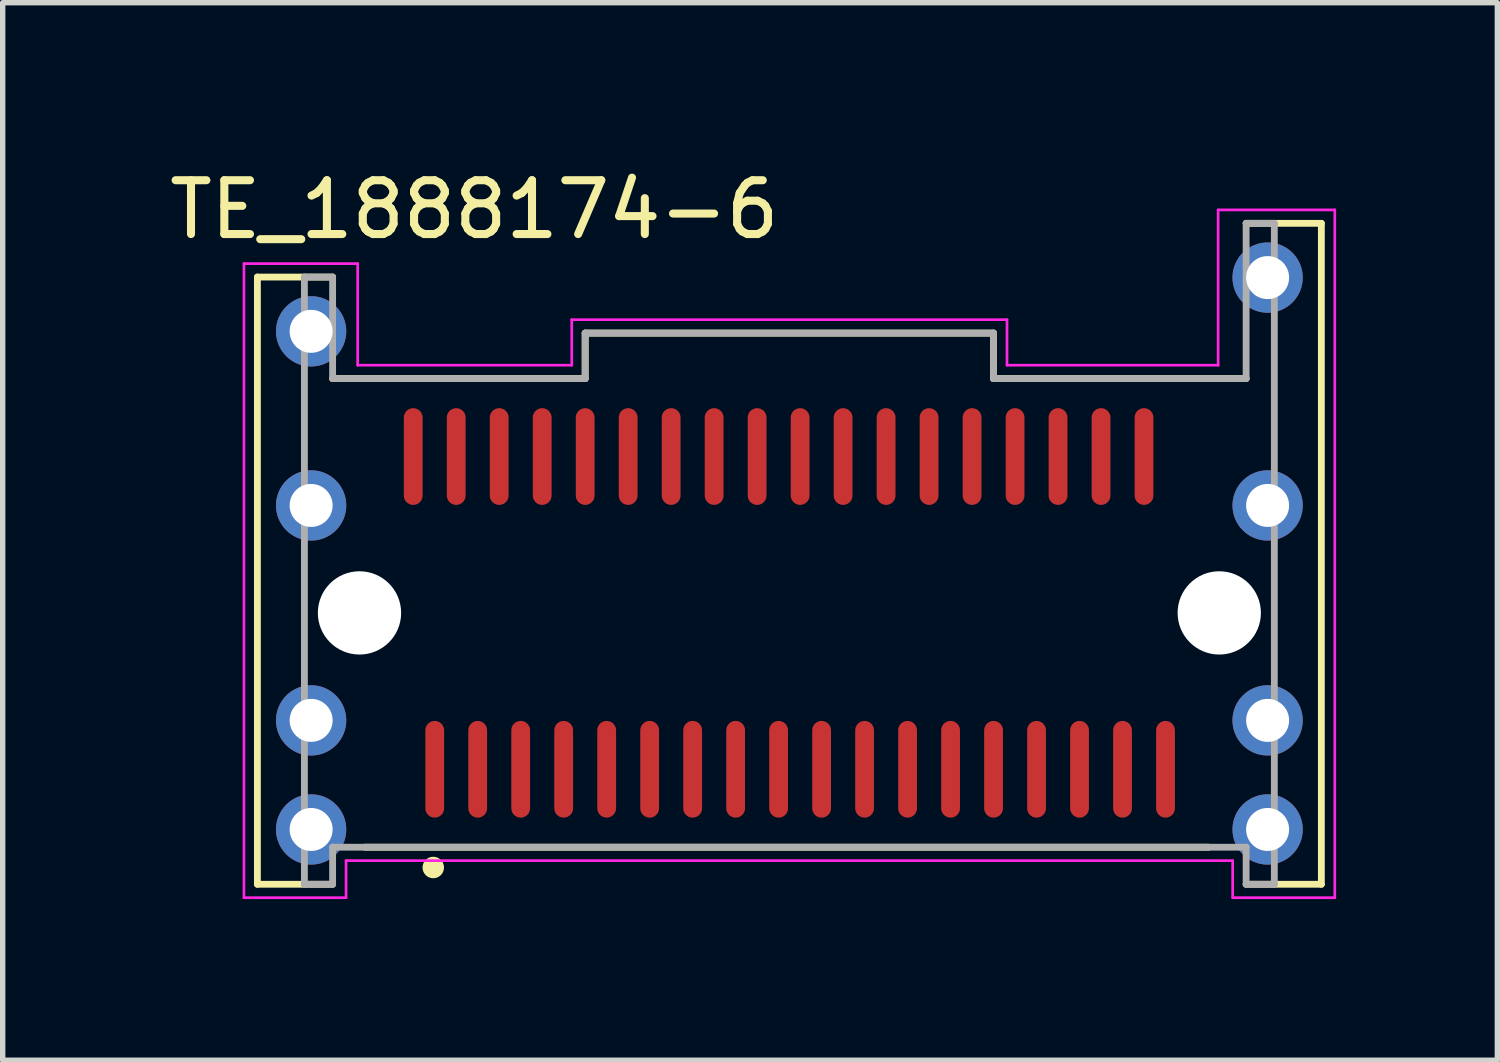
<source format=kicad_pcb>
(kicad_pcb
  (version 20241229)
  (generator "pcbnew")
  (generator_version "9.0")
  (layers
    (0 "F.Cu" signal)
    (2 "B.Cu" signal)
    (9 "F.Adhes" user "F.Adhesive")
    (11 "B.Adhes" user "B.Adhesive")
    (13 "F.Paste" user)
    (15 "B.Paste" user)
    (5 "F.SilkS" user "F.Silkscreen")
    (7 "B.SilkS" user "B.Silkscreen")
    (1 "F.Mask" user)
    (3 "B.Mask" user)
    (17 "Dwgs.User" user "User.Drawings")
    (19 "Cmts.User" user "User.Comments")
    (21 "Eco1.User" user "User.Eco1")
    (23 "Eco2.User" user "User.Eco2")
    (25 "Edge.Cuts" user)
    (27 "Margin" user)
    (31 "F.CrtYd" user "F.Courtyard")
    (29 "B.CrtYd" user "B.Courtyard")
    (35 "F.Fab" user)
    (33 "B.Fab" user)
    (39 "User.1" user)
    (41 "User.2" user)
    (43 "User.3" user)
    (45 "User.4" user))
  (footprint "TE_1888174-6"
    (layer "F.Cu")
    (at 11.64 8.356)
    (property "Reference" "TE_1888174-6" (at -5.863 -7.506 0) (layer "F.SilkS") (effects (font (size 1.002 1.002) (thickness 0.15))))
    (attr through_hole)
    (fp_line (start -9.9 -6.25) (end -8.5 -6.25) (stroke (width 0.127) (type solid)) (layer "F.SilkS"))
    (fp_line (start -9.9 5.05) (end -9.9 -6.25) (stroke (width 0.127) (type solid)) (layer "F.SilkS"))
    (fp_line (start -8.5 5.05) (end -9.9 5.05) (stroke (width 0.127) (type solid)) (layer "F.SilkS"))
    (fp_line (start -7.9 4.36) (end 7.8 4.36) (stroke (width 0.127) (type solid)) (layer "F.SilkS"))
    (fp_line (start -3.8 -5.207) (end 3.8 -5.207) (stroke (width 0.127) (type solid)) (layer "F.SilkS"))
    (fp_line (start -3.8 -4.36) (end -8.5 -4.36) (stroke (width 0.127) (type solid)) (layer "F.SilkS"))
    (fp_line (start -3.8 -4.36) (end -3.8 -5.207) (stroke (width 0.127) (type solid)) (layer "F.SilkS"))
    (fp_line (start 3.8 -5.207) (end 3.8 -4.36) (stroke (width 0.127) (type solid)) (layer "F.SilkS"))
    (fp_line (start 8.5 -7.25) (end 9.9 -7.25) (stroke (width 0.127) (type solid)) (layer "F.SilkS"))
    (fp_line (start 8.5 -4.36) (end 3.8 -4.36) (stroke (width 0.127) (type solid)) (layer "F.SilkS"))
    (fp_line (start 9.9 -7.25) (end 9.9 5.05) (stroke (width 0.127) (type solid)) (layer "F.SilkS"))
    (fp_line (start 9.9 5.05) (end 8.5 5.05) (stroke (width 0.127) (type solid)) (layer "F.SilkS"))
    (fp_circle (center -6.627 4.738) (end -6.527 4.738) (stroke (width 0.2) (type solid)) (fill no) (layer "F.SilkS"))
    (fp_line (start -10.15 -6.5) (end -10.15 5.3) (stroke (width 0.05) (type solid)) (layer "F.CrtYd"))
    (fp_line (start -10.15 5.3) (end -8.25 5.3) (stroke (width 0.05) (type solid)) (layer "F.CrtYd"))
    (fp_line (start -8.25 4.61) (end 8.25 4.61) (stroke (width 0.05) (type solid)) (layer "F.CrtYd"))
    (fp_line (start -8.25 5.3) (end -8.25 4.61) (stroke (width 0.05) (type solid)) (layer "F.CrtYd"))
    (fp_line (start -8.034 -6.5) (end -10.15 -6.5) (stroke (width 0.05) (type solid)) (layer "F.CrtYd"))
    (fp_line (start -8.034 -4.61) (end -8.034 -6.5) (stroke (width 0.05) (type solid)) (layer "F.CrtYd"))
    (fp_line (start -4.05 -5.457) (end 4.05 -5.457) (stroke (width 0.05) (type solid)) (layer "F.CrtYd"))
    (fp_line (start -4.05 -4.61) (end -8.034 -4.61) (stroke (width 0.05) (type solid)) (layer "F.CrtYd"))
    (fp_line (start -4.05 -4.61) (end -4.05 -5.457) (stroke (width 0.05) (type solid)) (layer "F.CrtYd"))
    (fp_line (start 4.05 -5.457) (end 4.05 -4.61) (stroke (width 0.05) (type solid)) (layer "F.CrtYd"))
    (fp_line (start 7.979 -7.5) (end 7.979 -4.61) (stroke (width 0.05) (type solid)) (layer "F.CrtYd"))
    (fp_line (start 7.979 -4.61) (end 4.05 -4.61) (stroke (width 0.05) (type solid)) (layer "F.CrtYd"))
    (fp_line (start 8.25 4.61) (end 8.25 5.3) (stroke (width 0.05) (type solid)) (layer "F.CrtYd"))
    (fp_line (start 8.25 5.3) (end 10.15 5.3) (stroke (width 0.05) (type solid)) (layer "F.CrtYd"))
    (fp_line (start 10.15 -7.5) (end 7.979 -7.5) (stroke (width 0.05) (type solid)) (layer "F.CrtYd"))
    (fp_line (start 10.15 5.3) (end 10.15 -7.5) (stroke (width 0.05) (type solid)) (layer "F.CrtYd"))
    (fp_line (start -9.025 -6.25) (end -9.025 5.05) (stroke (width 0.127) (type solid)) (layer "F.Fab"))
    (fp_line (start -9.025 5.05) (end -8.5 5.05) (stroke (width 0.127) (type solid)) (layer "F.Fab"))
    (fp_line (start -8.5 -6.25) (end -9.025 -6.25) (stroke (width 0.127) (type solid)) (layer "F.Fab"))
    (fp_line (start -8.5 -4.36) (end -8.5 -6.25) (stroke (width 0.127) (type solid)) (layer "F.Fab"))
    (fp_line (start -8.5 4.36) (end 8.5 4.36) (stroke (width 0.127) (type solid)) (layer "F.Fab"))
    (fp_line (start -8.5 5.05) (end -8.5 4.36) (stroke (width 0.127) (type solid)) (layer "F.Fab"))
    (fp_line (start -3.8 -5.207) (end 3.8 -5.207) (stroke (width 0.127) (type solid)) (layer "F.Fab"))
    (fp_line (start -3.8 -4.36) (end -8.5 -4.36) (stroke (width 0.127) (type solid)) (layer "F.Fab"))
    (fp_line (start -3.8 -4.36) (end -3.8 -5.207) (stroke (width 0.127) (type solid)) (layer "F.Fab"))
    (fp_line (start 3.8 -5.207) (end 3.8 -4.36) (stroke (width 0.127) (type solid)) (layer "F.Fab"))
    (fp_line (start 8.5 -7.25) (end 8.5 -4.36) (stroke (width 0.127) (type solid)) (layer "F.Fab"))
    (fp_line (start 8.5 -4.36) (end 3.8 -4.36) (stroke (width 0.127) (type solid)) (layer "F.Fab"))
    (fp_line (start 8.5 4.36) (end 8.5 5.05) (stroke (width 0.127) (type solid)) (layer "F.Fab"))
    (fp_line (start 8.5 5.05) (end 9.025 5.05) (stroke (width 0.127) (type solid)) (layer "F.Fab"))
    (fp_line (start 9.025 -7.25) (end 8.5 -7.25) (stroke (width 0.127) (type solid)) (layer "F.Fab"))
    (fp_line (start 9.025 5.05) (end 9.025 -7.25) (stroke (width 0.127) (type solid)) (layer "F.Fab"))
    (pad "" np_thru_hole circle (at -8 0) (size 1.55 1.55) (drill 1.55) (layers "*.Cu" "*.Mask"))
    (pad "" np_thru_hole circle (at 8 0) (size 1.55 1.55) (drill 1.55) (layers "*.Cu" "*.Mask"))
    (pad "A1" smd oval (at -6.6 2.91) (size 0.35 1.8) (layers "F.Cu" "F.Mask" "F.Paste"))
    (pad "A2" smd oval (at -5.8 2.91) (size 0.35 1.8) (layers "F.Cu" "F.Mask" "F.Paste"))
    (pad "A3" smd oval (at -5 2.91) (size 0.35 1.8) (layers "F.Cu" "F.Mask" "F.Paste"))
    (pad "A4" smd oval (at -4.2 2.91) (size 0.35 1.8) (layers "F.Cu" "F.Mask" "F.Paste"))
    (pad "A5" smd oval (at -3.4 2.91) (size 0.35 1.8) (layers "F.Cu" "F.Mask" "F.Paste"))
    (pad "A6" smd oval (at -2.6 2.91) (size 0.35 1.8) (layers "F.Cu" "F.Mask" "F.Paste"))
    (pad "A7" smd oval (at -1.8 2.91) (size 0.35 1.8) (layers "F.Cu" "F.Mask" "F.Paste"))
    (pad "A8" smd oval (at -1 2.91) (size 0.35 1.8) (layers "F.Cu" "F.Mask" "F.Paste"))
    (pad "A9" smd oval (at -0.2 2.91) (size 0.35 1.8) (layers "F.Cu" "F.Mask" "F.Paste"))
    (pad "A10" smd oval (at 0.6 2.91) (size 0.35 1.8) (layers "F.Cu" "F.Mask" "F.Paste"))
    (pad "A11" smd oval (at 1.4 2.91) (size 0.35 1.8) (layers "F.Cu" "F.Mask" "F.Paste"))
    (pad "A12" smd oval (at 2.2 2.91) (size 0.35 1.8) (layers "F.Cu" "F.Mask" "F.Paste"))
    (pad "A13" smd oval (at 3 2.91) (size 0.35 1.8) (layers "F.Cu" "F.Mask" "F.Paste"))
    (pad "A14" smd oval (at 3.8 2.91) (size 0.35 1.8) (layers "F.Cu" "F.Mask" "F.Paste"))
    (pad "A15" smd oval (at 4.6 2.91) (size 0.35 1.8) (layers "F.Cu" "F.Mask" "F.Paste"))
    (pad "A16" smd oval (at 5.4 2.91) (size 0.35 1.8) (layers "F.Cu" "F.Mask" "F.Paste"))
    (pad "A17" smd oval (at 6.2 2.91) (size 0.35 1.8) (layers "F.Cu" "F.Mask" "F.Paste"))
    (pad "A18" smd oval (at 7 2.91) (size 0.35 1.8) (layers "F.Cu" "F.Mask" "F.Paste"))
    (pad "B1" smd oval (at -7 -2.91) (size 0.35 1.8) (layers "F.Cu" "F.Mask" "F.Paste"))
    (pad "B2" smd oval (at -6.2 -2.91) (size 0.35 1.8) (layers "F.Cu" "F.Mask" "F.Paste"))
    (pad "B3" smd oval (at -5.4 -2.91) (size 0.35 1.8) (layers "F.Cu" "F.Mask" "F.Paste"))
    (pad "B4" smd oval (at -4.6 -2.91) (size 0.35 1.8) (layers "F.Cu" "F.Mask" "F.Paste"))
    (pad "B5" smd oval (at -3.8 -2.91) (size 0.35 1.8) (layers "F.Cu" "F.Mask" "F.Paste"))
    (pad "B6" smd oval (at -3 -2.91) (size 0.35 1.8) (layers "F.Cu" "F.Mask" "F.Paste"))
    (pad "B7" smd oval (at -2.2 -2.91) (size 0.35 1.8) (layers "F.Cu" "F.Mask" "F.Paste"))
    (pad "B8" smd oval (at -1.4 -2.91) (size 0.35 1.8) (layers "F.Cu" "F.Mask" "F.Paste"))
    (pad "B9" smd oval (at -0.6 -2.91) (size 0.35 1.8) (layers "F.Cu" "F.Mask" "F.Paste"))
    (pad "B10" smd oval (at 0.2 -2.91) (size 0.35 1.8) (layers "F.Cu" "F.Mask" "F.Paste"))
    (pad "B11" smd oval (at 1 -2.91) (size 0.35 1.8) (layers "F.Cu" "F.Mask" "F.Paste"))
    (pad "B12" smd oval (at 1.8 -2.91) (size 0.35 1.8) (layers "F.Cu" "F.Mask" "F.Paste"))
    (pad "B13" smd oval (at 2.6 -2.91) (size 0.35 1.8) (layers "F.Cu" "F.Mask" "F.Paste"))
    (pad "B14" smd oval (at 3.4 -2.91) (size 0.35 1.8) (layers "F.Cu" "F.Mask" "F.Paste"))
    (pad "B15" smd oval (at 4.2 -2.91) (size 0.35 1.8) (layers "F.Cu" "F.Mask" "F.Paste"))
    (pad "B16" smd oval (at 5 -2.91) (size 0.35 1.8) (layers "F.Cu" "F.Mask" "F.Paste"))
    (pad "B17" smd oval (at 5.8 -2.91) (size 0.35 1.8) (layers "F.Cu" "F.Mask" "F.Paste"))
    (pad "B18" smd oval (at 6.6 -2.91) (size 0.35 1.8) (layers "F.Cu" "F.Mask" "F.Paste"))
    (pad "S1" thru_hole circle (at -8.9 -5.24) (size 1.308 1.308) (drill 0.8) (layers "*.Cu" "*.Mask"))
    (pad "S2" thru_hole circle (at -8.9 -2) (size 1.308 1.308) (drill 0.8) (layers "*.Cu" "*.Mask"))
    (pad "S3" thru_hole circle (at -8.9 2) (size 1.308 1.308) (drill 0.8) (layers "*.Cu" "*.Mask"))
    (pad "S4" thru_hole circle (at -8.9 4.03) (size 1.308 1.308) (drill 0.8) (layers "*.Cu" "*.Mask"))
    (pad "S5" thru_hole circle (at 8.9 4.03) (size 1.308 1.308) (drill 0.8) (layers "*.Cu" "*.Mask"))
    (pad "S6" thru_hole circle (at 8.9 2) (size 1.308 1.308) (drill 0.8) (layers "*.Cu" "*.Mask"))
    (pad "S7" thru_hole circle (at 8.9 -2) (size 1.308 1.308) (drill 0.8) (layers "*.Cu" "*.Mask"))
    (pad "S8" thru_hole circle (at 8.9 -6.24) (size 1.308 1.308) (drill 0.8) (layers "*.Cu" "*.Mask")))
  (gr_rect
    (start -3 -3)
    (end 24.815 16.681)
    (stroke (width 0.1) (type default))
    (fill no)
    (layer "Edge.Cuts")))
</source>
